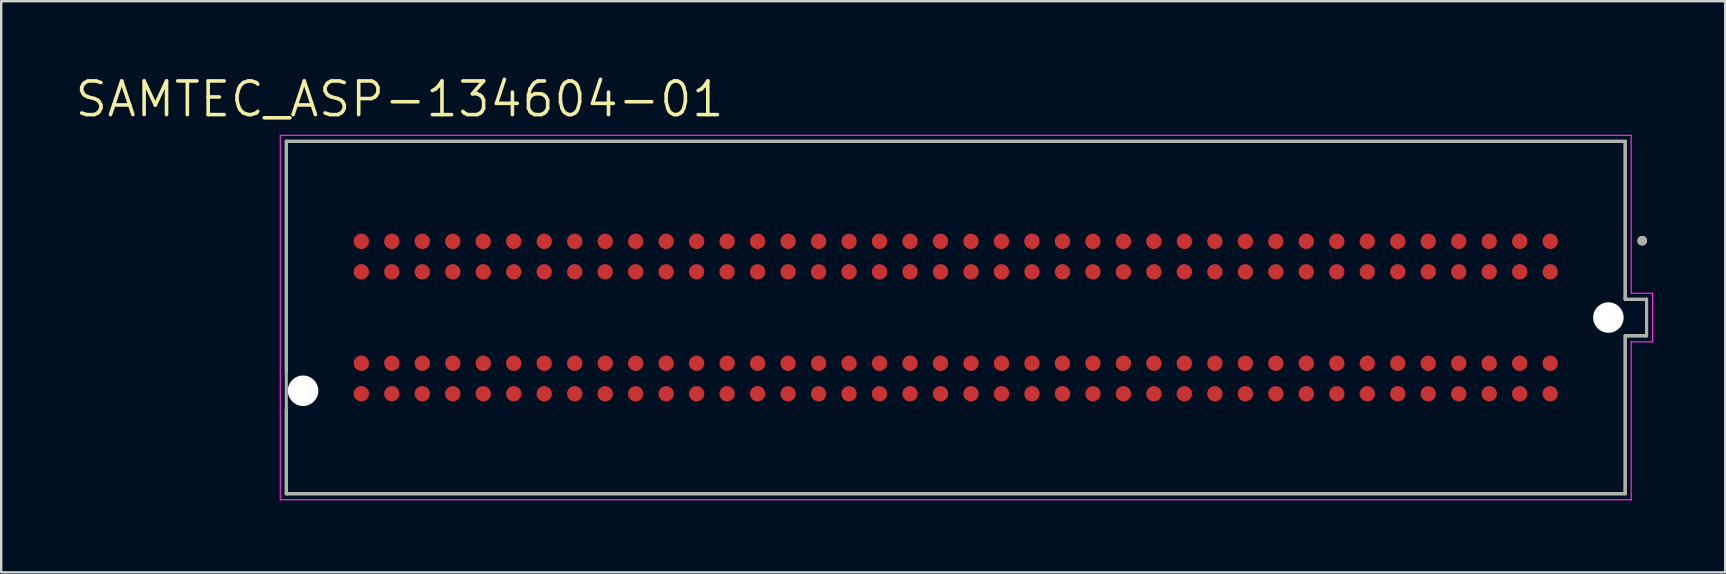
<source format=kicad_pcb>
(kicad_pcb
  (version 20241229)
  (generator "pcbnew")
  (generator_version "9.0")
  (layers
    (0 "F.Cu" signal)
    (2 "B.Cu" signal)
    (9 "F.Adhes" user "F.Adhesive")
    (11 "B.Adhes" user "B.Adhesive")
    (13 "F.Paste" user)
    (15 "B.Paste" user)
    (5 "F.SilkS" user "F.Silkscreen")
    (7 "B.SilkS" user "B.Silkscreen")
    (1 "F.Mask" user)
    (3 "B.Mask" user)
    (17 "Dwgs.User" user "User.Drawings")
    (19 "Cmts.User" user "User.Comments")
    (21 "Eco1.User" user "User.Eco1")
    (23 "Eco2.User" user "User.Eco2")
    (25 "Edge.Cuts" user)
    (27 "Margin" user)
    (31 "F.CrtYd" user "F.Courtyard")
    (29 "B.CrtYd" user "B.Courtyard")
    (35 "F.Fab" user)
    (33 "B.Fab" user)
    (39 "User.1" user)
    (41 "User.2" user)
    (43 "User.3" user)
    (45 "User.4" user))
  (footprint "SAMTEC_ASP-134604-01"
    (layer "F.Cu")
    (at 36.768 10.179)
    (property "Reference" "SAMTEC_ASP-134604-01" (at -23.173 -9.096 0) (layer "F.SilkS") (effects (font (size 1.401 1.401) (thickness 0.15))))
    (attr smd)
    (fp_line (start -27.89 -7.35) (end -27.89 2.25) (stroke (width 0.127) (type solid)) (layer "F.SilkS"))
    (fp_line (start -27.89 -7.34) (end 27.89 -7.34) (stroke (width 0.127) (type solid)) (layer "F.SilkS"))
    (fp_line (start -27.89 7.35) (end -27.89 3.85) (stroke (width 0.127) (type solid)) (layer "F.SilkS"))
    (fp_line (start 27.89 -7.34) (end 27.89 -0.76) (stroke (width 0.127) (type solid)) (layer "F.SilkS"))
    (fp_line (start 27.89 -0.76) (end 28.78 -0.76) (stroke (width 0.127) (type solid)) (layer "F.SilkS"))
    (fp_line (start 27.89 0.76) (end 27.89 7.34) (stroke (width 0.127) (type solid)) (layer "F.SilkS"))
    (fp_line (start 27.89 7.34) (end -27.89 7.34) (stroke (width 0.127) (type solid)) (layer "F.SilkS"))
    (fp_line (start 28.78 -0.76) (end 28.78 0.76) (stroke (width 0.127) (type solid)) (layer "F.SilkS"))
    (fp_line (start 28.78 0.76) (end 27.89 0.76) (stroke (width 0.127) (type solid)) (layer "F.SilkS"))
    (fp_circle (center 28.6 -3.2) (end 28.7 -3.2) (stroke (width 0.2) (type solid)) (fill no) (layer "F.SilkS"))
    (fp_line (start -28.14 -7.59) (end 28.14 -7.59) (stroke (width 0.05) (type solid)) (layer "F.CrtYd"))
    (fp_line (start -28.14 7.59) (end -28.14 -7.59) (stroke (width 0.05) (type solid)) (layer "F.CrtYd"))
    (fp_line (start 28.14 -7.59) (end 28.14 -1.01) (stroke (width 0.05) (type solid)) (layer "F.CrtYd"))
    (fp_line (start 28.14 -1.01) (end 29.03 -1.01) (stroke (width 0.05) (type solid)) (layer "F.CrtYd"))
    (fp_line (start 28.14 1.01) (end 28.14 7.59) (stroke (width 0.05) (type solid)) (layer "F.CrtYd"))
    (fp_line (start 28.14 7.59) (end -28.14 7.59) (stroke (width 0.05) (type solid)) (layer "F.CrtYd"))
    (fp_line (start 29.03 -1.01) (end 29.03 1.01) (stroke (width 0.05) (type solid)) (layer "F.CrtYd"))
    (fp_line (start 29.03 1.01) (end 28.14 1.01) (stroke (width 0.05) (type solid)) (layer "F.CrtYd"))
    (fp_line (start -27.89 -7.34) (end 27.89 -7.34) (stroke (width 0.127) (type solid)) (layer "F.Fab"))
    (fp_line (start -27.89 7.34) (end -27.89 -7.34) (stroke (width 0.127) (type solid)) (layer "F.Fab"))
    (fp_line (start 27.89 -7.34) (end 27.89 -0.76) (stroke (width 0.127) (type solid)) (layer "F.Fab"))
    (fp_line (start 27.89 -0.76) (end 28.78 -0.76) (stroke (width 0.127) (type solid)) (layer "F.Fab"))
    (fp_line (start 27.89 0.76) (end 28.78 0.76) (stroke (width 0.127) (type solid)) (layer "F.Fab"))
    (fp_line (start 27.89 7.34) (end -27.89 7.34) (stroke (width 0.127) (type solid)) (layer "F.Fab"))
    (fp_line (start 27.89 7.34) (end 27.89 0.76) (stroke (width 0.127) (type solid)) (layer "F.Fab"))
    (fp_line (start 28.78 0.76) (end 28.78 -0.76) (stroke (width 0.127) (type solid)) (layer "F.Fab"))
    (fp_circle (center 28.6 -3.2) (end 28.7 -3.2) (stroke (width 0.2) (type solid)) (fill no) (layer "F.Fab"))
    (pad "" np_thru_hole circle (at -27.191 3.05) (size 1.27 1.27) (drill 1.27) (layers "*.Cu" "*.Mask"))
    (pad "" np_thru_hole circle (at 27.19 0) (size 1.27 1.27) (drill 1.27) (layers "*.Cu" "*.Mask"))
    (pad "C1" smd circle (at 24.765 -3.175) (size 0.64 0.64) (layers "F.Cu" "F.Mask" "F.Paste"))
    (pad "C2" smd circle (at 23.495 -3.175) (size 0.64 0.64) (layers "F.Cu" "F.Mask" "F.Paste"))
    (pad "C3" smd circle (at 22.225 -3.175) (size 0.64 0.64) (layers "F.Cu" "F.Mask" "F.Paste"))
    (pad "C4" smd circle (at 20.955 -3.175) (size 0.64 0.64) (layers "F.Cu" "F.Mask" "F.Paste"))
    (pad "C5" smd circle (at 19.685 -3.175) (size 0.64 0.64) (layers "F.Cu" "F.Mask" "F.Paste"))
    (pad "C6" smd circle (at 18.415 -3.175) (size 0.64 0.64) (layers "F.Cu" "F.Mask" "F.Paste"))
    (pad "C7" smd circle (at 17.145 -3.175) (size 0.64 0.64) (layers "F.Cu" "F.Mask" "F.Paste"))
    (pad "C8" smd circle (at 15.875 -3.175) (size 0.64 0.64) (layers "F.Cu" "F.Mask" "F.Paste"))
    (pad "C9" smd circle (at 14.605 -3.175) (size 0.64 0.64) (layers "F.Cu" "F.Mask" "F.Paste"))
    (pad "C10" smd circle (at 13.335 -3.175) (size 0.64 0.64) (layers "F.Cu" "F.Mask" "F.Paste"))
    (pad "C11" smd circle (at 12.065 -3.175) (size 0.64 0.64) (layers "F.Cu" "F.Mask" "F.Paste"))
    (pad "C12" smd circle (at 10.795 -3.175) (size 0.64 0.64) (layers "F.Cu" "F.Mask" "F.Paste"))
    (pad "C13" smd circle (at 9.525 -3.175) (size 0.64 0.64) (layers "F.Cu" "F.Mask" "F.Paste"))
    (pad "C14" smd circle (at 8.255 -3.175) (size 0.64 0.64) (layers "F.Cu" "F.Mask" "F.Paste"))
    (pad "C15" smd circle (at 6.985 -3.175) (size 0.64 0.64) (layers "F.Cu" "F.Mask" "F.Paste"))
    (pad "C16" smd circle (at 5.715 -3.175) (size 0.64 0.64) (layers "F.Cu" "F.Mask" "F.Paste"))
    (pad "C17" smd circle (at 4.445 -3.175) (size 0.64 0.64) (layers "F.Cu" "F.Mask" "F.Paste"))
    (pad "C18" smd circle (at 3.175 -3.175) (size 0.64 0.64) (layers "F.Cu" "F.Mask" "F.Paste"))
    (pad "C19" smd circle (at 1.905 -3.175) (size 0.64 0.64) (layers "F.Cu" "F.Mask" "F.Paste"))
    (pad "C20" smd circle (at 0.635 -3.175) (size 0.64 0.64) (layers "F.Cu" "F.Mask" "F.Paste"))
    (pad "C21" smd circle (at -0.635 -3.175) (size 0.64 0.64) (layers "F.Cu" "F.Mask" "F.Paste"))
    (pad "C22" smd circle (at -1.905 -3.175) (size 0.64 0.64) (layers "F.Cu" "F.Mask" "F.Paste"))
    (pad "C23" smd circle (at -3.175 -3.175) (size 0.64 0.64) (layers "F.Cu" "F.Mask" "F.Paste"))
    (pad "C24" smd circle (at -4.445 -3.175) (size 0.64 0.64) (layers "F.Cu" "F.Mask" "F.Paste"))
    (pad "C25" smd circle (at -5.715 -3.175) (size 0.64 0.64) (layers "F.Cu" "F.Mask" "F.Paste"))
    (pad "C26" smd circle (at -6.985 -3.175) (size 0.64 0.64) (layers "F.Cu" "F.Mask" "F.Paste"))
    (pad "C27" smd circle (at -8.255 -3.175) (size 0.64 0.64) (layers "F.Cu" "F.Mask" "F.Paste"))
    (pad "C28" smd circle (at -9.525 -3.175) (size 0.64 0.64) (layers "F.Cu" "F.Mask" "F.Paste"))
    (pad "C29" smd circle (at -10.795 -3.175) (size 0.64 0.64) (layers "F.Cu" "F.Mask" "F.Paste"))
    (pad "C30" smd circle (at -12.065 -3.175) (size 0.64 0.64) (layers "F.Cu" "F.Mask" "F.Paste"))
    (pad "C31" smd circle (at -13.335 -3.175) (size 0.64 0.64) (layers "F.Cu" "F.Mask" "F.Paste"))
    (pad "C32" smd circle (at -14.605 -3.175) (size 0.64 0.64) (layers "F.Cu" "F.Mask" "F.Paste"))
    (pad "C33" smd circle (at -15.875 -3.175) (size 0.64 0.64) (layers "F.Cu" "F.Mask" "F.Paste"))
    (pad "C34" smd circle (at -17.145 -3.175) (size 0.64 0.64) (layers "F.Cu" "F.Mask" "F.Paste"))
    (pad "C35" smd circle (at -18.415 -3.175) (size 0.64 0.64) (layers "F.Cu" "F.Mask" "F.Paste"))
    (pad "C36" smd circle (at -19.685 -3.175) (size 0.64 0.64) (layers "F.Cu" "F.Mask" "F.Paste"))
    (pad "C37" smd circle (at -20.955 -3.175) (size 0.64 0.64) (layers "F.Cu" "F.Mask" "F.Paste"))
    (pad "C38" smd circle (at -22.225 -3.175) (size 0.64 0.64) (layers "F.Cu" "F.Mask" "F.Paste"))
    (pad "C39" smd circle (at -23.495 -3.175) (size 0.64 0.64) (layers "F.Cu" "F.Mask" "F.Paste"))
    (pad "C40" smd circle (at -24.765 -3.175) (size 0.64 0.64) (layers "F.Cu" "F.Mask" "F.Paste"))
    (pad "D1" smd circle (at 24.765 -1.905) (size 0.64 0.64) (layers "F.Cu" "F.Mask" "F.Paste"))
    (pad "D2" smd circle (at 23.495 -1.905) (size 0.64 0.64) (layers "F.Cu" "F.Mask" "F.Paste"))
    (pad "D3" smd circle (at 22.225 -1.905) (size 0.64 0.64) (layers "F.Cu" "F.Mask" "F.Paste"))
    (pad "D4" smd circle (at 20.955 -1.905) (size 0.64 0.64) (layers "F.Cu" "F.Mask" "F.Paste"))
    (pad "D5" smd circle (at 19.685 -1.905) (size 0.64 0.64) (layers "F.Cu" "F.Mask" "F.Paste"))
    (pad "D6" smd circle (at 18.415 -1.905) (size 0.64 0.64) (layers "F.Cu" "F.Mask" "F.Paste"))
    (pad "D7" smd circle (at 17.145 -1.905) (size 0.64 0.64) (layers "F.Cu" "F.Mask" "F.Paste"))
    (pad "D8" smd circle (at 15.875 -1.905) (size 0.64 0.64) (layers "F.Cu" "F.Mask" "F.Paste"))
    (pad "D9" smd circle (at 14.605 -1.905) (size 0.64 0.64) (layers "F.Cu" "F.Mask" "F.Paste"))
    (pad "D10" smd circle (at 13.335 -1.905) (size 0.64 0.64) (layers "F.Cu" "F.Mask" "F.Paste"))
    (pad "D11" smd circle (at 12.065 -1.905) (size 0.64 0.64) (layers "F.Cu" "F.Mask" "F.Paste"))
    (pad "D12" smd circle (at 10.795 -1.905) (size 0.64 0.64) (layers "F.Cu" "F.Mask" "F.Paste"))
    (pad "D13" smd circle (at 9.525 -1.905) (size 0.64 0.64) (layers "F.Cu" "F.Mask" "F.Paste"))
    (pad "D14" smd circle (at 8.255 -1.905) (size 0.64 0.64) (layers "F.Cu" "F.Mask" "F.Paste"))
    (pad "D15" smd circle (at 6.985 -1.905) (size 0.64 0.64) (layers "F.Cu" "F.Mask" "F.Paste"))
    (pad "D16" smd circle (at 5.715 -1.905) (size 0.64 0.64) (layers "F.Cu" "F.Mask" "F.Paste"))
    (pad "D17" smd circle (at 4.445 -1.905) (size 0.64 0.64) (layers "F.Cu" "F.Mask" "F.Paste"))
    (pad "D18" smd circle (at 3.175 -1.905) (size 0.64 0.64) (layers "F.Cu" "F.Mask" "F.Paste"))
    (pad "D19" smd circle (at 1.905 -1.905) (size 0.64 0.64) (layers "F.Cu" "F.Mask" "F.Paste"))
    (pad "D20" smd circle (at 0.635 -1.905) (size 0.64 0.64) (layers "F.Cu" "F.Mask" "F.Paste"))
    (pad "D21" smd circle (at -0.635 -1.905) (size 0.64 0.64) (layers "F.Cu" "F.Mask" "F.Paste"))
    (pad "D22" smd circle (at -1.905 -1.905) (size 0.64 0.64) (layers "F.Cu" "F.Mask" "F.Paste"))
    (pad "D23" smd circle (at -3.175 -1.905) (size 0.64 0.64) (layers "F.Cu" "F.Mask" "F.Paste"))
    (pad "D24" smd circle (at -4.445 -1.905) (size 0.64 0.64) (layers "F.Cu" "F.Mask" "F.Paste"))
    (pad "D25" smd circle (at -5.715 -1.905) (size 0.64 0.64) (layers "F.Cu" "F.Mask" "F.Paste"))
    (pad "D26" smd circle (at -6.985 -1.905) (size 0.64 0.64) (layers "F.Cu" "F.Mask" "F.Paste"))
    (pad "D27" smd circle (at -8.255 -1.905) (size 0.64 0.64) (layers "F.Cu" "F.Mask" "F.Paste"))
    (pad "D28" smd circle (at -9.525 -1.905) (size 0.64 0.64) (layers "F.Cu" "F.Mask" "F.Paste"))
    (pad "D29" smd circle (at -10.795 -1.905) (size 0.64 0.64) (layers "F.Cu" "F.Mask" "F.Paste"))
    (pad "D30" smd circle (at -12.065 -1.905) (size 0.64 0.64) (layers "F.Cu" "F.Mask" "F.Paste"))
    (pad "D31" smd circle (at -13.335 -1.905) (size 0.64 0.64) (layers "F.Cu" "F.Mask" "F.Paste"))
    (pad "D32" smd circle (at -14.605 -1.905) (size 0.64 0.64) (layers "F.Cu" "F.Mask" "F.Paste"))
    (pad "D33" smd circle (at -15.875 -1.905) (size 0.64 0.64) (layers "F.Cu" "F.Mask" "F.Paste"))
    (pad "D34" smd circle (at -17.145 -1.905) (size 0.64 0.64) (layers "F.Cu" "F.Mask" "F.Paste"))
    (pad "D35" smd circle (at -18.415 -1.905) (size 0.64 0.64) (layers "F.Cu" "F.Mask" "F.Paste"))
    (pad "D36" smd circle (at -19.685 -1.905) (size 0.64 0.64) (layers "F.Cu" "F.Mask" "F.Paste"))
    (pad "D37" smd circle (at -20.955 -1.905) (size 0.64 0.64) (layers "F.Cu" "F.Mask" "F.Paste"))
    (pad "D38" smd circle (at -22.225 -1.905) (size 0.64 0.64) (layers "F.Cu" "F.Mask" "F.Paste"))
    (pad "D39" smd circle (at -23.495 -1.905) (size 0.64 0.64) (layers "F.Cu" "F.Mask" "F.Paste"))
    (pad "D40" smd circle (at -24.765 -1.905) (size 0.64 0.64) (layers "F.Cu" "F.Mask" "F.Paste"))
    (pad "G1" smd circle (at 24.765 1.905) (size 0.64 0.64) (layers "F.Cu" "F.Mask" "F.Paste"))
    (pad "G2" smd circle (at 23.495 1.905) (size 0.64 0.64) (layers "F.Cu" "F.Mask" "F.Paste"))
    (pad "G3" smd circle (at 22.225 1.905) (size 0.64 0.64) (layers "F.Cu" "F.Mask" "F.Paste"))
    (pad "G4" smd circle (at 20.955 1.905) (size 0.64 0.64) (layers "F.Cu" "F.Mask" "F.Paste"))
    (pad "G5" smd circle (at 19.685 1.905) (size 0.64 0.64) (layers "F.Cu" "F.Mask" "F.Paste"))
    (pad "G6" smd circle (at 18.415 1.905) (size 0.64 0.64) (layers "F.Cu" "F.Mask" "F.Paste"))
    (pad "G7" smd circle (at 17.145 1.905) (size 0.64 0.64) (layers "F.Cu" "F.Mask" "F.Paste"))
    (pad "G8" smd circle (at 15.875 1.905) (size 0.64 0.64) (layers "F.Cu" "F.Mask" "F.Paste"))
    (pad "G9" smd circle (at 14.605 1.905) (size 0.64 0.64) (layers "F.Cu" "F.Mask" "F.Paste"))
    (pad "G10" smd circle (at 13.335 1.905) (size 0.64 0.64) (layers "F.Cu" "F.Mask" "F.Paste"))
    (pad "G11" smd circle (at 12.065 1.905) (size 0.64 0.64) (layers "F.Cu" "F.Mask" "F.Paste"))
    (pad "G12" smd circle (at 10.795 1.905) (size 0.64 0.64) (layers "F.Cu" "F.Mask" "F.Paste"))
    (pad "G13" smd circle (at 9.525 1.905) (size 0.64 0.64) (layers "F.Cu" "F.Mask" "F.Paste"))
    (pad "G14" smd circle (at 8.255 1.905) (size 0.64 0.64) (layers "F.Cu" "F.Mask" "F.Paste"))
    (pad "G15" smd circle (at 6.985 1.905) (size 0.64 0.64) (layers "F.Cu" "F.Mask" "F.Paste"))
    (pad "G16" smd circle (at 5.715 1.905) (size 0.64 0.64) (layers "F.Cu" "F.Mask" "F.Paste"))
    (pad "G17" smd circle (at 4.445 1.905) (size 0.64 0.64) (layers "F.Cu" "F.Mask" "F.Paste"))
    (pad "G18" smd circle (at 3.175 1.905) (size 0.64 0.64) (layers "F.Cu" "F.Mask" "F.Paste"))
    (pad "G19" smd circle (at 1.905 1.905) (size 0.64 0.64) (layers "F.Cu" "F.Mask" "F.Paste"))
    (pad "G20" smd circle (at 0.635 1.905) (size 0.64 0.64) (layers "F.Cu" "F.Mask" "F.Paste"))
    (pad "G21" smd circle (at -0.635 1.905) (size 0.64 0.64) (layers "F.Cu" "F.Mask" "F.Paste"))
    (pad "G22" smd circle (at -1.905 1.905) (size 0.64 0.64) (layers "F.Cu" "F.Mask" "F.Paste"))
    (pad "G23" smd circle (at -3.175 1.905) (size 0.64 0.64) (layers "F.Cu" "F.Mask" "F.Paste"))
    (pad "G24" smd circle (at -4.445 1.905) (size 0.64 0.64) (layers "F.Cu" "F.Mask" "F.Paste"))
    (pad "G25" smd circle (at -5.715 1.905) (size 0.64 0.64) (layers "F.Cu" "F.Mask" "F.Paste"))
    (pad "G26" smd circle (at -6.985 1.905) (size 0.64 0.64) (layers "F.Cu" "F.Mask" "F.Paste"))
    (pad "G27" smd circle (at -8.255 1.905) (size 0.64 0.64) (layers "F.Cu" "F.Mask" "F.Paste"))
    (pad "G28" smd circle (at -9.525 1.905) (size 0.64 0.64) (layers "F.Cu" "F.Mask" "F.Paste"))
    (pad "G29" smd circle (at -10.795 1.905) (size 0.64 0.64) (layers "F.Cu" "F.Mask" "F.Paste"))
    (pad "G30" smd circle (at -12.065 1.905) (size 0.64 0.64) (layers "F.Cu" "F.Mask" "F.Paste"))
    (pad "G31" smd circle (at -13.335 1.905) (size 0.64 0.64) (layers "F.Cu" "F.Mask" "F.Paste"))
    (pad "G32" smd circle (at -14.605 1.905) (size 0.64 0.64) (layers "F.Cu" "F.Mask" "F.Paste"))
    (pad "G33" smd circle (at -15.875 1.905) (size 0.64 0.64) (layers "F.Cu" "F.Mask" "F.Paste"))
    (pad "G34" smd circle (at -17.145 1.905) (size 0.64 0.64) (layers "F.Cu" "F.Mask" "F.Paste"))
    (pad "G35" smd circle (at -18.415 1.905) (size 0.64 0.64) (layers "F.Cu" "F.Mask" "F.Paste"))
    (pad "G36" smd circle (at -19.685 1.905) (size 0.64 0.64) (layers "F.Cu" "F.Mask" "F.Paste"))
    (pad "G37" smd circle (at -20.955 1.905) (size 0.64 0.64) (layers "F.Cu" "F.Mask" "F.Paste"))
    (pad "G38" smd circle (at -22.225 1.905) (size 0.64 0.64) (layers "F.Cu" "F.Mask" "F.Paste"))
    (pad "G39" smd circle (at -23.495 1.905) (size 0.64 0.64) (layers "F.Cu" "F.Mask" "F.Paste"))
    (pad "G40" smd circle (at -24.765 1.905) (size 0.64 0.64) (layers "F.Cu" "F.Mask" "F.Paste"))
    (pad "H1" smd circle (at 24.765 3.175) (size 0.64 0.64) (layers "F.Cu" "F.Mask" "F.Paste"))
    (pad "H2" smd circle (at 23.495 3.175) (size 0.64 0.64) (layers "F.Cu" "F.Mask" "F.Paste"))
    (pad "H3" smd circle (at 22.225 3.175) (size 0.64 0.64) (layers "F.Cu" "F.Mask" "F.Paste"))
    (pad "H4" smd circle (at 20.955 3.175) (size 0.64 0.64) (layers "F.Cu" "F.Mask" "F.Paste"))
    (pad "H5" smd circle (at 19.685 3.175) (size 0.64 0.64) (layers "F.Cu" "F.Mask" "F.Paste"))
    (pad "H6" smd circle (at 18.415 3.175) (size 0.64 0.64) (layers "F.Cu" "F.Mask" "F.Paste"))
    (pad "H7" smd circle (at 17.145 3.175) (size 0.64 0.64) (layers "F.Cu" "F.Mask" "F.Paste"))
    (pad "H8" smd circle (at 15.875 3.175) (size 0.64 0.64) (layers "F.Cu" "F.Mask" "F.Paste"))
    (pad "H9" smd circle (at 14.605 3.175) (size 0.64 0.64) (layers "F.Cu" "F.Mask" "F.Paste"))
    (pad "H10" smd circle (at 13.335 3.175) (size 0.64 0.64) (layers "F.Cu" "F.Mask" "F.Paste"))
    (pad "H11" smd circle (at 12.065 3.175) (size 0.64 0.64) (layers "F.Cu" "F.Mask" "F.Paste"))
    (pad "H12" smd circle (at 10.795 3.175) (size 0.64 0.64) (layers "F.Cu" "F.Mask" "F.Paste"))
    (pad "H13" smd circle (at 9.525 3.175) (size 0.64 0.64) (layers "F.Cu" "F.Mask" "F.Paste"))
    (pad "H14" smd circle (at 8.255 3.175) (size 0.64 0.64) (layers "F.Cu" "F.Mask" "F.Paste"))
    (pad "H15" smd circle (at 6.985 3.175) (size 0.64 0.64) (layers "F.Cu" "F.Mask" "F.Paste"))
    (pad "H16" smd circle (at 5.715 3.175) (size 0.64 0.64) (layers "F.Cu" "F.Mask" "F.Paste"))
    (pad "H17" smd circle (at 4.445 3.175) (size 0.64 0.64) (layers "F.Cu" "F.Mask" "F.Paste"))
    (pad "H18" smd circle (at 3.175 3.175) (size 0.64 0.64) (layers "F.Cu" "F.Mask" "F.Paste"))
    (pad "H19" smd circle (at 1.905 3.175) (size 0.64 0.64) (layers "F.Cu" "F.Mask" "F.Paste"))
    (pad "H20" smd circle (at 0.635 3.175) (size 0.64 0.64) (layers "F.Cu" "F.Mask" "F.Paste"))
    (pad "H21" smd circle (at -0.635 3.175) (size 0.64 0.64) (layers "F.Cu" "F.Mask" "F.Paste"))
    (pad "H22" smd circle (at -1.905 3.175) (size 0.64 0.64) (layers "F.Cu" "F.Mask" "F.Paste"))
    (pad "H23" smd circle (at -3.175 3.175) (size 0.64 0.64) (layers "F.Cu" "F.Mask" "F.Paste"))
    (pad "H24" smd circle (at -4.445 3.175) (size 0.64 0.64) (layers "F.Cu" "F.Mask" "F.Paste"))
    (pad "H25" smd circle (at -5.715 3.175) (size 0.64 0.64) (layers "F.Cu" "F.Mask" "F.Paste"))
    (pad "H26" smd circle (at -6.985 3.175) (size 0.64 0.64) (layers "F.Cu" "F.Mask" "F.Paste"))
    (pad "H27" smd circle (at -8.255 3.175) (size 0.64 0.64) (layers "F.Cu" "F.Mask" "F.Paste"))
    (pad "H28" smd circle (at -9.525 3.175) (size 0.64 0.64) (layers "F.Cu" "F.Mask" "F.Paste"))
    (pad "H29" smd circle (at -10.795 3.175) (size 0.64 0.64) (layers "F.Cu" "F.Mask" "F.Paste"))
    (pad "H30" smd circle (at -12.065 3.175) (size 0.64 0.64) (layers "F.Cu" "F.Mask" "F.Paste"))
    (pad "H31" smd circle (at -13.335 3.175) (size 0.64 0.64) (layers "F.Cu" "F.Mask" "F.Paste"))
    (pad "H32" smd circle (at -14.605 3.175) (size 0.64 0.64) (layers "F.Cu" "F.Mask" "F.Paste"))
    (pad "H33" smd circle (at -15.875 3.175) (size 0.64 0.64) (layers "F.Cu" "F.Mask" "F.Paste"))
    (pad "H34" smd circle (at -17.145 3.175) (size 0.64 0.64) (layers "F.Cu" "F.Mask" "F.Paste"))
    (pad "H35" smd circle (at -18.415 3.175) (size 0.64 0.64) (layers "F.Cu" "F.Mask" "F.Paste"))
    (pad "H36" smd circle (at -19.685 3.175) (size 0.64 0.64) (layers "F.Cu" "F.Mask" "F.Paste"))
    (pad "H37" smd circle (at -20.955 3.175) (size 0.64 0.64) (layers "F.Cu" "F.Mask" "F.Paste"))
    (pad "H38" smd circle (at -22.225 3.175) (size 0.64 0.64) (layers "F.Cu" "F.Mask" "F.Paste"))
    (pad "H39" smd circle (at -23.495 3.175) (size 0.64 0.64) (layers "F.Cu" "F.Mask" "F.Paste"))
    (pad "H40" smd circle (at -24.765 3.175) (size 0.64 0.64) (layers "F.Cu" "F.Mask" "F.Paste")))
  (gr_rect
    (start -3 -3)
    (end 68.823 20.794)
    (stroke (width 0.1) (type default))
    (fill no)
    (layer "Edge.Cuts")))
</source>
